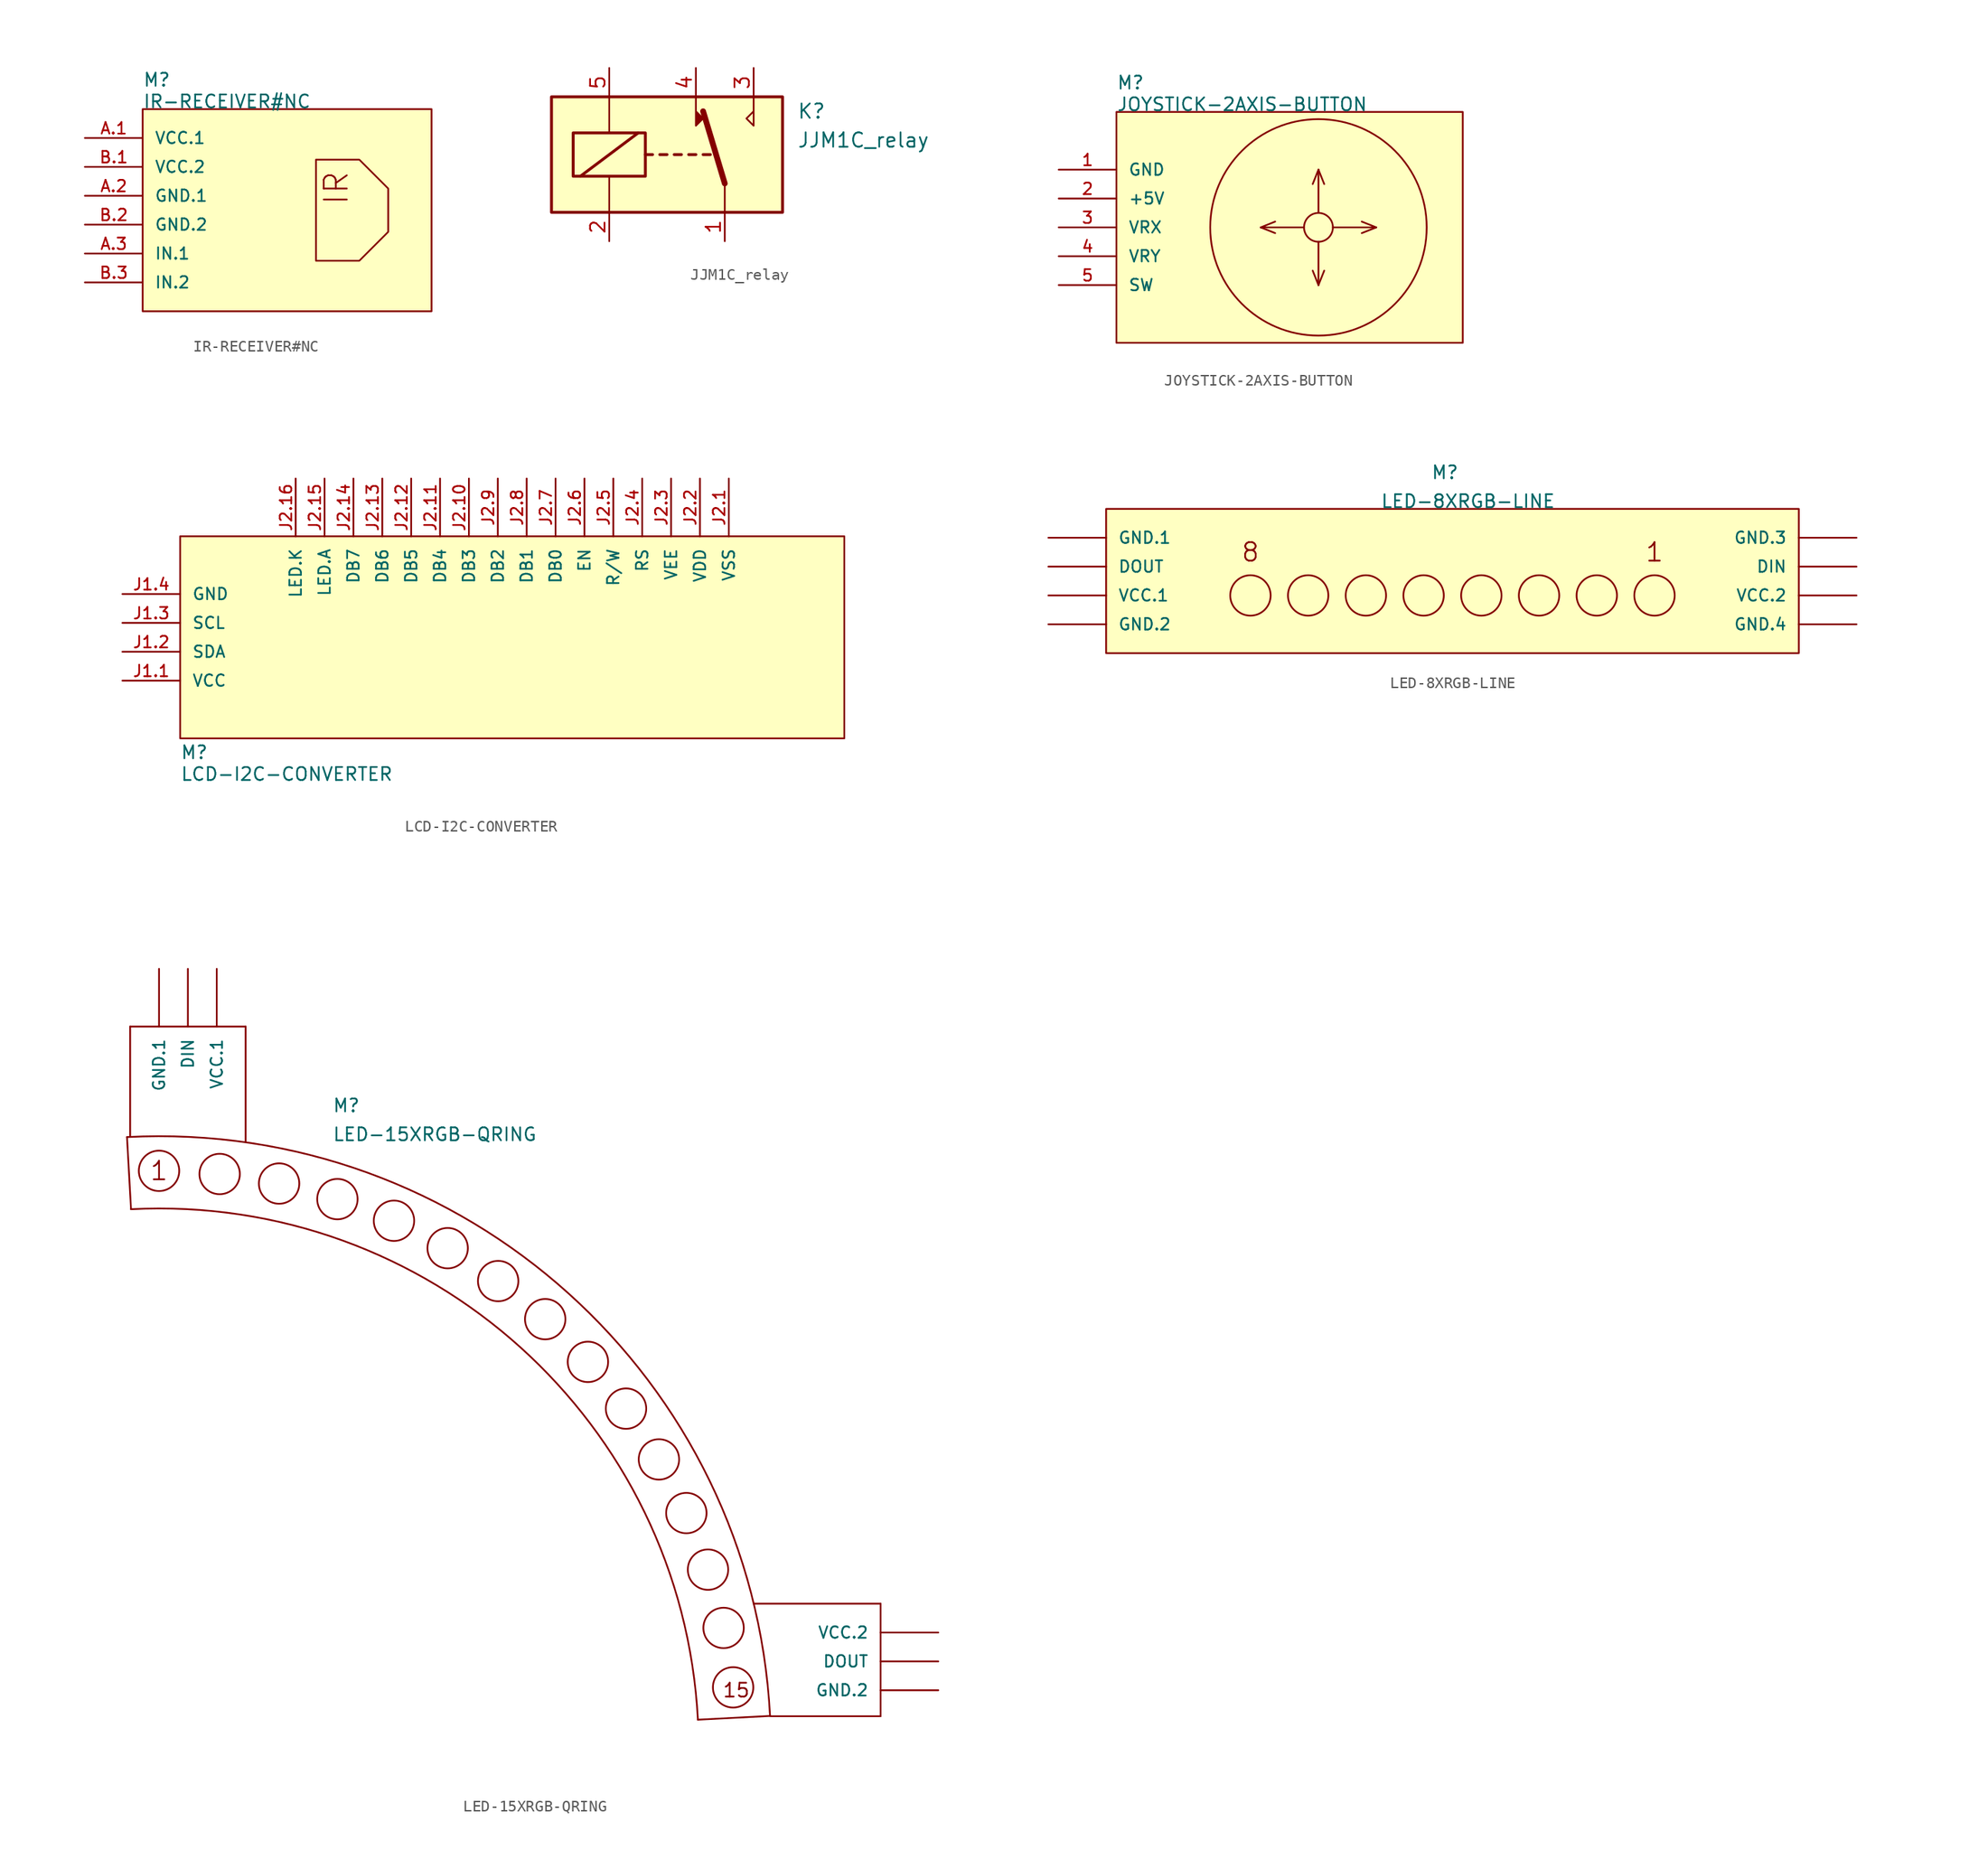
<source format=kicad_sym>
(kicad_symbol_lib
  (version 20231120)
  (generator "kicad_symbol_editor")
  (generator_version "8.0")
  (symbol "IR-RECEIVER#NC"
    (pin_names
      (offset 1.016))
    (property "Reference" "M"
      (at -6.35 10.795 0)
      (effects (font (size 1.143 1.143)) (justify left bottom)))
    (property "Value" "IR-RECEIVER#NC"
      (at -6.35 8.89 0)
      (effects (font (size 1.143 1.143)) (justify left bottom)))
    (property "ki_locked" ""
      (at 0 0 0)
      (effects (font (size 1.27 1.27))))
    (symbol "IR-RECEIVER#NC_1_0"
      (rectangle (start -6.35 -8.89) (end 19.05 8.89) (stroke (width 0) (type default)) (fill (type background)))
      (polyline (pts (xy 8.89 4.445) (xy 12.7 4.445) (xy 15.24 1.905) (xy 15.24 -1.905) (xy 12.7 -4.445) (xy 8.89 -4.445) (xy 8.89 4.445)) (stroke (width 0) (type default)) (fill (type none)))
      (text "IR" (at 10.668 1.956 900) (effects (font (size 2.032 2.032)))))
    (symbol "IR-RECEIVER#NC_1_1"
      (pin bidirectional line (at -11.43 6.35 0) (length 5.08) (name "VCC.1" (effects (font (size 1.016 1.016)))) (number "A.1" (effects (font (size 1.016 1.016)))))
      (pin bidirectional line (at -11.43 1.27 0) (length 5.08) (name "GND.1" (effects (font (size 1.016 1.016)))) (number "A.2" (effects (font (size 1.016 1.016)))))
      (pin bidirectional line (at -11.43 -3.81 0) (length 5.08) (name "IN.1" (effects (font (size 1.016 1.016)))) (number "A.3" (effects (font (size 1.016 1.016)))))
      (pin bidirectional line (at -11.43 3.81 0) (length 5.08) (name "VCC.2" (effects (font (size 1.016 1.016)))) (number "B.1" (effects (font (size 1.016 1.016)))))
      (pin bidirectional line (at -11.43 -1.27 0) (length 5.08) (name "GND.2" (effects (font (size 1.016 1.016)))) (number "B.2" (effects (font (size 1.016 1.016)))))
      (pin bidirectional line (at -11.43 -6.35 0) (length 5.08) (name "IN.2" (effects (font (size 1.016 1.016)))) (number "B.3" (effects (font (size 1.016 1.016)))))))
  (symbol "JJM1C_relay"
    (property "Reference" "K"
      (at 11.43 3.81 0)
      (effects (font (size 1.27 1.27)) (justify left)))
    (property "Value" "JJM1C_relay"
      (at 11.43 1.27 0)
      (effects (font (size 1.27 1.27)) (justify left)))
    (symbol "JJM1C_relay_0_0"
      (polyline (pts (xy 7.62 5.08) (xy 7.62 2.54) (xy 6.985 3.175) (xy 7.62 3.81)) (stroke (width 0) (type default)) (fill (type none))))
    (symbol "JJM1C_relay_0_1"
      (rectangle (start -10.16 5.08) (end 10.16 -5.08) (stroke (width 0.254) (type default)) (fill (type background)))
      (rectangle (start -8.255 1.905) (end -1.905 -1.905) (stroke (width 0.254) (type default)) (fill (type none)))
      (polyline (pts (xy -7.62 -1.905) (xy -2.54 1.905)) (stroke (width 0.254) (type default)) (fill (type none)))
      (polyline (pts (xy -5.08 -5.08) (xy -5.08 -1.905)) (stroke (width 0) (type default)) (fill (type none)))
      (polyline (pts (xy -5.08 5.08) (xy -5.08 1.905)) (stroke (width 0) (type default)) (fill (type none)))
      (polyline (pts (xy -1.905 0) (xy -1.27 0)) (stroke (width 0.254) (type default)) (fill (type none)))
      (polyline (pts (xy -0.635 0) (xy 0 0)) (stroke (width 0.254) (type default)) (fill (type none)))
      (polyline (pts (xy 0.635 0) (xy 1.27 0)) (stroke (width 0.254) (type default)) (fill (type none)))
      (polyline (pts (xy 1.905 0) (xy 2.54 0)) (stroke (width 0.254) (type default)) (fill (type none)))
      (polyline (pts (xy 3.175 0) (xy 3.81 0)) (stroke (width 0.254) (type default)) (fill (type none)))
      (polyline (pts (xy 5.08 -2.54) (xy 3.175 3.81)) (stroke (width 0.508) (type default)) (fill (type none)))
      (polyline (pts (xy 5.08 -2.54) (xy 5.08 -5.08)) (stroke (width 0) (type default)) (fill (type none))))
    (symbol "JJM1C_relay_1_1"
      (polyline (pts (xy 2.54 3.81) (xy 3.175 3.175) (xy 2.54 2.54) (xy 2.54 5.08)) (stroke (width 0) (type default)) (fill (type outline)))
      (pin passive line (at 5.08 -7.62 90) (length 2.54) (name "~" (effects (font (size 1.27 1.27)))) (number "1" (effects (font (size 1.27 1.27)))))
      (pin passive line (at -5.08 -7.62 90) (length 2.54) (name "~" (effects (font (size 1.27 1.27)))) (number "2" (effects (font (size 1.27 1.27)))))
      (pin passive line (at 7.62 7.62 270) (length 2.54) (name "~" (effects (font (size 1.27 1.27)))) (number "3" (effects (font (size 1.27 1.27)))))
      (pin passive line (at 2.54 7.62 270) (length 2.54) (name "~" (effects (font (size 1.27 1.27)))) (number "4" (effects (font (size 1.27 1.27)))))
      (pin passive line (at -5.08 7.62 270) (length 2.54) (name "~" (effects (font (size 1.27 1.27)))) (number "5" (effects (font (size 1.27 1.27)))))))
  (symbol "JOYSTICK-2AXIS-BUTTON"
    (pin_names
      (offset 1.016))
    (property "Reference" "M"
      (at -5.715 12.065 0)
      (effects (font (size 1.143 1.143)) (justify left bottom)))
    (property "Value" "JOYSTICK-2AXIS-BUTTON"
      (at -5.715 10.16 0)
      (effects (font (size 1.143 1.143)) (justify left bottom)))
    (property "ki_locked" ""
      (at 0 0 0)
      (effects (font (size 1.27 1.27))))
    (symbol "JOYSTICK-2AXIS-BUTTON_1_0"
      (rectangle (start -5.715 10.16) (end 24.765 -10.16) (stroke (width 0) (type default)) (fill (type background)))
      (polyline (pts (xy 6.985 0) (xy 8.255 -0.508)) (stroke (width 0) (type default)) (fill (type none)))
      (polyline (pts (xy 6.985 0) (xy 8.255 0.508)) (stroke (width 0) (type default)) (fill (type none)))
      (polyline (pts (xy 10.795 0) (xy 6.985 0)) (stroke (width 0) (type default)) (fill (type none)))
      (polyline (pts (xy 12.065 -5.08) (xy 11.557 -3.81)) (stroke (width 0) (type default)) (fill (type none)))
      (polyline (pts (xy 12.065 -5.08) (xy 12.573 -3.81)) (stroke (width 0) (type default)) (fill (type none)))
      (polyline (pts (xy 12.065 -1.27) (xy 12.065 -5.08)) (stroke (width 0) (type default)) (fill (type none)))
      (polyline (pts (xy 12.065 1.27) (xy 12.065 5.08)) (stroke (width 0) (type default)) (fill (type none)))
      (polyline (pts (xy 12.065 5.08) (xy 11.557 3.81)) (stroke (width 0) (type default)) (fill (type none)))
      (polyline (pts (xy 12.065 5.08) (xy 12.573 3.81)) (stroke (width 0) (type default)) (fill (type none)))
      (polyline (pts (xy 13.335 0) (xy 17.145 0)) (stroke (width 0) (type default)) (fill (type none)))
      (polyline (pts (xy 17.145 0) (xy 15.875 -0.508)) (stroke (width 0) (type default)) (fill (type none)))
      (polyline (pts (xy 17.145 0) (xy 15.875 0.508)) (stroke (width 0) (type default)) (fill (type none))))
    (symbol "JOYSTICK-2AXIS-BUTTON_1_1"
      (circle (center 12.065 0) (radius 1.27) (stroke (width 0) (type default)) (fill (type none)))
      (circle (center 12.065 0) (radius 9.525) (stroke (width 0) (type default)) (fill (type none)))
      (pin power_in line (at -10.795 5.08 0) (length 5.08) (name "GND" (effects (font (size 1.016 1.016)))) (number "1" (effects (font (size 1.016 1.016)))))
      (pin power_in line (at -10.795 2.54 0) (length 5.08) (name "+5V" (effects (font (size 1.016 1.016)))) (number "2" (effects (font (size 1.016 1.016)))))
      (pin passive line (at -10.795 0 0) (length 5.08) (name "VRX" (effects (font (size 1.016 1.016)))) (number "3" (effects (font (size 1.016 1.016)))))
      (pin passive line (at -10.795 -2.54 0) (length 5.08) (name "VRY" (effects (font (size 1.016 1.016)))) (number "4" (effects (font (size 1.016 1.016)))))
      (pin passive line (at -10.795 -5.08 0) (length 5.08) (name "SW" (effects (font (size 1.016 1.016)))) (number "5" (effects (font (size 1.016 1.016)))))))
  (symbol "LCD-I2C-CONVERTER"
    (pin_names
      (offset 1.016))
    (property "Reference" "M"
      (at -23.495 -10.795 0)
      (effects (font (size 1.143 1.143)) (justify left bottom)))
    (property "Value" "LCD-I2C-CONVERTER"
      (at -23.495 -12.7 0)
      (effects (font (size 1.143 1.143)) (justify left bottom)))
    (property "ki_locked" ""
      (at 0 0 0)
      (effects (font (size 1.27 1.27))))
    (symbol "LCD-I2C-CONVERTER_1_0"
      (rectangle (start 34.925 -8.89) (end -23.495 8.89) (stroke (width 0) (type default)) (fill (type background))))
    (symbol "LCD-I2C-CONVERTER_1_1"
      (pin power_in line (at -28.575 -3.81 0) (length 5.08) (name "VCC" (effects (font (size 1.016 1.016)))) (number "J1.1" (effects (font (size 1.016 1.016)))))
      (pin bidirectional line (at -28.575 -1.27 0) (length 5.08) (name "SDA" (effects (font (size 1.016 1.016)))) (number "J1.2" (effects (font (size 1.016 1.016)))))
      (pin bidirectional line (at -28.575 1.27 0) (length 5.08) (name "SCL" (effects (font (size 1.016 1.016)))) (number "J1.3" (effects (font (size 1.016 1.016)))))
      (pin power_in line (at -28.575 3.81 0) (length 5.08) (name "GND" (effects (font (size 1.016 1.016)))) (number "J1.4" (effects (font (size 1.016 1.016)))))
      (pin bidirectional line (at 24.765 13.97 270) (length 5.08) (name "VSS" (effects (font (size 1.016 1.016)))) (number "J2.1" (effects (font (size 1.016 1.016)))))
      (pin bidirectional line (at 1.905 13.97 270) (length 5.08) (name "DB3" (effects (font (size 1.016 1.016)))) (number "J2.10" (effects (font (size 1.016 1.016)))))
      (pin bidirectional line (at -0.635 13.97 270) (length 5.08) (name "DB4" (effects (font (size 1.016 1.016)))) (number "J2.11" (effects (font (size 1.016 1.016)))))
      (pin bidirectional line (at -3.175 13.97 270) (length 5.08) (name "DB5" (effects (font (size 1.016 1.016)))) (number "J2.12" (effects (font (size 1.016 1.016)))))
      (pin bidirectional line (at -5.715 13.97 270) (length 5.08) (name "DB6" (effects (font (size 1.016 1.016)))) (number "J2.13" (effects (font (size 1.016 1.016)))))
      (pin bidirectional line (at -8.255 13.97 270) (length 5.08) (name "DB7" (effects (font (size 1.016 1.016)))) (number "J2.14" (effects (font (size 1.016 1.016)))))
      (pin bidirectional line (at -10.795 13.97 270) (length 5.08) (name "LED.A" (effects (font (size 1.016 1.016)))) (number "J2.15" (effects (font (size 1.016 1.016)))))
      (pin bidirectional line (at -13.335 13.97 270) (length 5.08) (name "LED.K" (effects (font (size 1.016 1.016)))) (number "J2.16" (effects (font (size 1.016 1.016)))))
      (pin bidirectional line (at 22.225 13.97 270) (length 5.08) (name "VDD" (effects (font (size 1.016 1.016)))) (number "J2.2" (effects (font (size 1.016 1.016)))))
      (pin bidirectional line (at 19.685 13.97 270) (length 5.08) (name "VEE" (effects (font (size 1.016 1.016)))) (number "J2.3" (effects (font (size 1.016 1.016)))))
      (pin bidirectional line (at 17.145 13.97 270) (length 5.08) (name "RS" (effects (font (size 1.016 1.016)))) (number "J2.4" (effects (font (size 1.016 1.016)))))
      (pin bidirectional line (at 14.605 13.97 270) (length 5.08) (name "R/W" (effects (font (size 1.016 1.016)))) (number "J2.5" (effects (font (size 1.016 1.016)))))
      (pin bidirectional line (at 12.065 13.97 270) (length 5.08) (name "EN" (effects (font (size 1.016 1.016)))) (number "J2.6" (effects (font (size 1.016 1.016)))))
      (pin bidirectional line (at 9.525 13.97 270) (length 5.08) (name "DB0" (effects (font (size 1.016 1.016)))) (number "J2.7" (effects (font (size 1.016 1.016)))))
      (pin bidirectional line (at 6.985 13.97 270) (length 5.08) (name "DB1" (effects (font (size 1.016 1.016)))) (number "J2.8" (effects (font (size 1.016 1.016)))))
      (pin bidirectional line (at 4.445 13.97 270) (length 5.08) (name "DB2" (effects (font (size 1.016 1.016)))) (number "J2.9" (effects (font (size 1.016 1.016)))))))
  (symbol "LED-8XRGB-LINE"
    (pin_numbers hide)
    (pin_names
      (offset 1.016))
    (property "Reference" "M"
      (at -1.905 8.89 0)
      (effects (font (size 1.143 1.143)) (justify left bottom)))
    (property "Value" "LED-8XRGB-LINE"
      (at -6.35 6.35 0)
      (effects (font (size 1.143 1.143)) (justify left bottom)))
    (property "ki_locked" ""
      (at 0 0 0)
      (effects (font (size 1.27 1.27))))
    (symbol "LED-8XRGB-LINE_1_0"
      (rectangle (start -30.48 6.35) (end 30.48 -6.35) (stroke (width 0) (type default)) (fill (type background)))
      (text "1" (at 17.78 2.54 0) (effects (font (size 1.626 1.626))))
      (text "8" (at -17.78 2.54 0) (effects (font (size 1.626 1.626)))))
    (symbol "LED-8XRGB-LINE_1_1"
      (circle (center -17.78 -1.27) (radius 1.778) (stroke (width 0) (type default)) (fill (type none)))
      (circle (center -12.7 -1.27) (radius 1.778) (stroke (width 0) (type default)) (fill (type none)))
      (circle (center -7.62 -1.27) (radius 1.778) (stroke (width 0) (type default)) (fill (type none)))
      (circle (center -2.54 -1.27) (radius 1.778) (stroke (width 0) (type default)) (fill (type none)))
      (circle (center 2.54 -1.27) (radius 1.778) (stroke (width 0) (type default)) (fill (type none)))
      (circle (center 7.62 -1.27) (radius 1.778) (stroke (width 0) (type default)) (fill (type none)))
      (circle (center 12.7 -1.27) (radius 1.778) (stroke (width 0) (type default)) (fill (type none)))
      (circle (center 17.78 -1.27) (radius 1.778) (stroke (width 0) (type default)) (fill (type none)))
      (pin power_in line (at -35.56 3.81 0) (length 5.08) (name "GND.1" (effects (font (size 1.016 1.016)))) (number "A.1" (effects (font (size 1.016 1.016)))))
      (pin output line (at -35.56 1.27 0) (length 5.08) (name "DOUT" (effects (font (size 1.016 1.016)))) (number "A.2" (effects (font (size 1.016 1.016)))))
      (pin power_in line (at -35.56 -1.27 0) (length 5.08) (name "VCC.1" (effects (font (size 1.016 1.016)))) (number "A.3" (effects (font (size 1.016 1.016)))))
      (pin power_in line (at -35.56 -3.81 0) (length 5.08) (name "GND.2" (effects (font (size 1.016 1.016)))) (number "A.4" (effects (font (size 1.016 1.016)))))
      (pin power_in line (at 35.56 3.81 180) (length 5.08) (name "GND.3" (effects (font (size 1.016 1.016)))) (number "B.1" (effects (font (size 1.016 1.016)))))
      (pin input line (at 35.56 1.27 180) (length 5.08) (name "DIN" (effects (font (size 1.016 1.016)))) (number "B.2" (effects (font (size 1.016 1.016)))))
      (pin power_in line (at 35.56 -1.27 180) (length 5.08) (name "VCC.2" (effects (font (size 1.016 1.016)))) (number "B.3" (effects (font (size 1.016 1.016)))))
      (pin power_in line (at 35.56 -3.81 180) (length 5.08) (name "GND.4" (effects (font (size 1.016 1.016)))) (number "B.4" (effects (font (size 1.016 1.016)))))))
  (symbol "LED-15XRGB-QRING"
    (pin_numbers hide)
    (pin_names
      (offset 1.016))
    (property "Reference" "M"
      (at -12.7 25.4 0)
      (effects (font (size 1.143 1.143)) (justify left bottom)))
    (property "Value" "LED-15XRGB-QRING"
      (at -12.7 22.86 0)
      (effects (font (size 1.143 1.143)) (justify left bottom)))
    (property "ki_locked" ""
      (at 0 0 0)
      (effects (font (size 1.27 1.27))))
    (symbol "LED-15XRGB-QRING_1_0"
      (polyline (pts (xy -30.759 23.292) (xy -30.404 16.942)) (stroke (width 0) (type default)) (fill (type none)))
      (polyline (pts (xy -30.48 23.317) (xy -30.48 33.02)) (stroke (width 0) (type default)) (fill (type none)))
      (polyline (pts (xy -30.48 33.02) (xy -20.32 33.02)) (stroke (width 0) (type default)) (fill (type none)))
      (polyline (pts (xy -20.32 33.02) (xy -20.32 22.86)) (stroke (width 0) (type default)) (fill (type none)))
      (polyline (pts (xy 19.482 -27.991) (xy 25.832 -27.661)) (stroke (width 0) (type default)) (fill (type none)))
      (polyline (pts (xy 25.857 -27.686) (xy 35.56 -27.686)) (stroke (width 0) (type default)) (fill (type none)))
      (polyline (pts (xy 35.56 -27.686) (xy 35.56 -17.78)) (stroke (width 0) (type default)) (fill (type none)))
      (polyline (pts (xy 35.56 -17.78) (xy 24.384 -17.78)) (stroke (width 0) (type default)) (fill (type none)))
      (text "1" (at -27.94 20.32 0) (effects (font (size 1.626 1.626))))
      (text "15" (at 22.86 -25.4 0) (effects (font (size 1.219 1.219)))))
    (symbol "LED-15XRGB-QRING_1_1"
      (circle (center -27.94 20.32) (radius 1.778) (stroke (width 0) (type default)) (fill (type none)))
      (circle (center -22.606 20.041) (radius 1.778) (stroke (width 0) (type default)) (fill (type none)))
      (circle (center -17.374 19.202) (radius 1.778) (stroke (width 0) (type default)) (fill (type none)))
      (circle (center -12.243 17.831) (radius 1.778) (stroke (width 0) (type default)) (fill (type none)))
      (circle (center -7.264 15.926) (radius 1.778) (stroke (width 0) (type default)) (fill (type none)))
      (circle (center -2.54 13.513) (radius 1.778) (stroke (width 0) (type default)) (fill (type none)))
      (circle (center 1.905 10.617) (radius 1.778) (stroke (width 0) (type default)) (fill (type none)))
      (circle (center 6.045 7.264) (radius 1.778) (stroke (width 0) (type default)) (fill (type none)))
      (circle (center 9.804 3.505) (radius 1.778) (stroke (width 0) (type default)) (fill (type none)))
      (circle (center 13.157 -0.61) (radius 1.778) (stroke (width 0) (type default)) (fill (type none)))
      (circle (center 16.053 -5.08) (radius 1.778) (stroke (width 0) (type default)) (fill (type none)))
      (circle (center 18.466 -9.804) (radius 1.778) (stroke (width 0) (type default)) (fill (type none)))
      (arc (start 19.4818 -27.9908) (mid 3.8416 4.8039) (end -30.4038 16.9418) (stroke (width 0) (type default)) (fill (type none)))
      (circle (center 20.371 -14.783) (radius 1.778) (stroke (width 0) (type default)) (fill (type none)))
      (circle (center 21.742 -19.914) (radius 1.778) (stroke (width 0) (type default)) (fill (type none)))
      (circle (center 22.581 -25.146) (radius 1.778) (stroke (width 0) (type default)) (fill (type none)))
      (arc (start 25.8318 -27.6606) (mid 8.0888 9.536) (end -30.7594 23.2918) (stroke (width 0) (type default)) (fill (type none)))
      (pin power_in line (at -27.94 38.1 270) (length 5.08) (name "GND.1" (effects (font (size 1.016 1.016)))) (number "1" (effects (font (size 1.016 1.016)))))
      (pin input line (at -25.4 38.1 270) (length 5.08) (name "DIN" (effects (font (size 1.016 1.016)))) (number "2" (effects (font (size 1.016 1.016)))))
      (pin power_in line (at -22.86 38.1 270) (length 5.08) (name "VCC.1" (effects (font (size 1.016 1.016)))) (number "3" (effects (font (size 1.016 1.016)))))
      (pin power_in line (at 40.64 -25.4 180) (length 5.08) (name "GND.2" (effects (font (size 1.016 1.016)))) (number "4" (effects (font (size 1.016 1.016)))))
      (pin output line (at 40.64 -22.86 180) (length 5.08) (name "DOUT" (effects (font (size 1.016 1.016)))) (number "5" (effects (font (size 1.016 1.016)))))
      (pin power_in line (at 40.64 -20.32 180) (length 5.08) (name "VCC.2" (effects (font (size 1.016 1.016)))) (number "6" (effects (font (size 1.016 1.016))))))))
</source>
